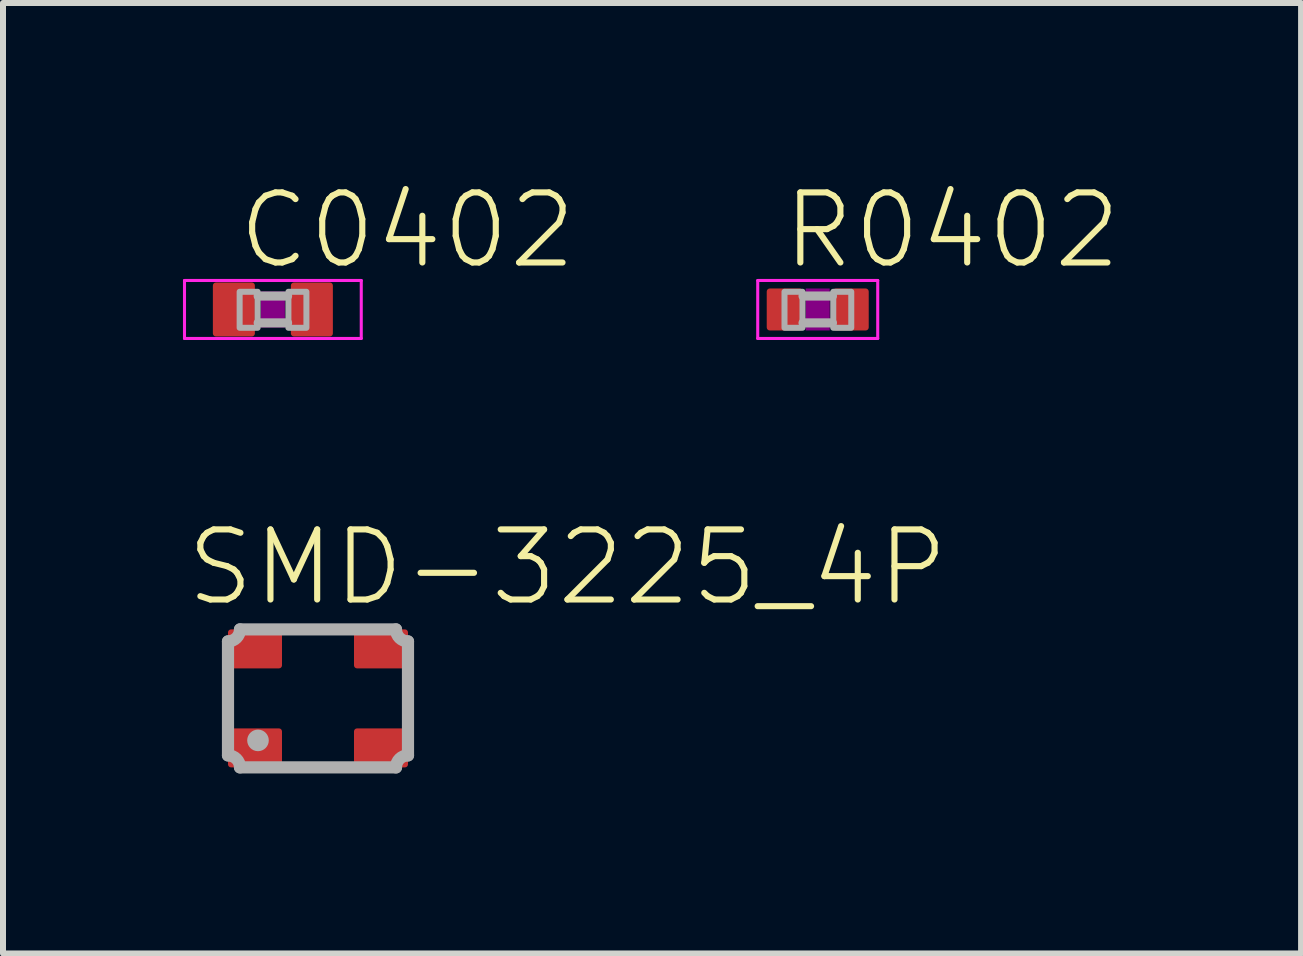
<source format=kicad_pcb>
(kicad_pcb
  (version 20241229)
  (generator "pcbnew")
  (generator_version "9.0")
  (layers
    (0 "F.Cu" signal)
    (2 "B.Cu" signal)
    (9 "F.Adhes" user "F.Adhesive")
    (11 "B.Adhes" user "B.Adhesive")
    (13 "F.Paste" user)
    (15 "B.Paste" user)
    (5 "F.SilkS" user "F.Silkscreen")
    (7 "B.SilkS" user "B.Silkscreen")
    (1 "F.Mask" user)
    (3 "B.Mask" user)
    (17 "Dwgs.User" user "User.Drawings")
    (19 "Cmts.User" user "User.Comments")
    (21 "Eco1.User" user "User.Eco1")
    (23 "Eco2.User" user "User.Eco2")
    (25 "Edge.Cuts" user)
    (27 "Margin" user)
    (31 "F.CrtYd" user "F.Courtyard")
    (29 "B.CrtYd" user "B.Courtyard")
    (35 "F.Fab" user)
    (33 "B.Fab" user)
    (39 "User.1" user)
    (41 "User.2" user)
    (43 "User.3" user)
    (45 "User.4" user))
  (footprint "SMD-3225_4P"
    (layer "F.Cu")
    (at 2.25 8.59)
    (property "Reference" "SMD-3225_4P" (at -2.25 -1.5 0) (layer "F.SilkS") (effects (font (size 1.168 1.168) (thickness 0.102)) (justify left bottom)))
    (fp_line (start -1.5 0.95) (end -1.5 -0.95) (stroke (width 0.203) (type solid)) (layer "F.Fab"))
    (fp_line (start -1.3 -1.15) (end 1.3 -1.15) (stroke (width 0.203) (type solid)) (layer "F.Fab"))
    (fp_line (start 1.3 1.15) (end -1.3 1.15) (stroke (width 0.203) (type solid)) (layer "F.Fab"))
    (fp_line (start 1.5 -0.95) (end 1.5 0.95) (stroke (width 0.203) (type solid)) (layer "F.Fab"))
    (fp_arc (start -1.5 0.95) (mid -1.358579 1.008579) (end -1.3 1.15) (stroke (width 0.2032) (type solid)) (layer "F.Fab"))
    (fp_arc (start -1.3 -1.15) (mid -1.358579 -1.008579) (end -1.5 -0.95) (stroke (width 0.2032) (type solid)) (layer "F.Fab"))
    (fp_arc (start 1.3 1.15) (mid 1.358579 1.008579) (end 1.5 0.95) (stroke (width 0.2032) (type solid)) (layer "F.Fab"))
    (fp_arc (start 1.5 -0.95) (mid 1.358579 -1.008579) (end 1.3 -1.15) (stroke (width 0.2032) (type solid)) (layer "F.Fab"))
    (fp_circle (center -1 0.7) (end -0.91 0.7) (stroke (width 0.18) (type solid)) (fill no) (layer "F.Fab"))
    (pad "1" smd roundrect (at -1.05 0.825) (size 0.9 0.65) (layers "F.Cu" "F.Mask" "F.Paste") (roundrect_rratio 0.078))
    (pad "2" smd roundrect (at 1.05 0.825) (size 0.9 0.65) (layers "F.Cu" "F.Mask" "F.Paste") (roundrect_rratio 0.078))
    (pad "3" smd roundrect (at 1.05 -0.825 180) (size 0.9 0.65) (layers "F.Cu" "F.Mask" "F.Paste") (roundrect_rratio 0.078))
    (pad "4" smd roundrect (at -1.05 -0.825 180) (size 0.9 0.65) (layers "F.Cu" "F.Mask" "F.Paste") (roundrect_rratio 0.078)))
  (footprint "R0402"
    (layer "F.Cu")
    (at 10.579 2.108)
    (property "Reference" "R0402" (at -0.635 -0.635 0) (layer "F.SilkS") (effects (font (size 1.168 1.168) (thickness 0.102)) (justify left bottom)))
    (fp_poly (pts (xy -0.2 0.35) (xy 0.2 0.35) (xy 0.2 -0.35) (xy -0.2 -0.35)) (stroke (width 0) (type solid)) (fill yes) (layer "F.Adhes"))
    (fp_line (start -1 -0.483) (end 1 -0.483) (stroke (width 0.051) (type solid)) (layer "F.CrtYd"))
    (fp_line (start -1 0.483) (end -1 -0.483) (stroke (width 0.051) (type solid)) (layer "F.CrtYd"))
    (fp_line (start 1 -0.483) (end 1 0.483) (stroke (width 0.051) (type solid)) (layer "F.CrtYd"))
    (fp_line (start 1 0.483) (end -1 0.483) (stroke (width 0.051) (type solid)) (layer "F.CrtYd"))
    (fp_line (start -0.245 -0.224) (end 0.245 -0.224) (stroke (width 0.152) (type solid)) (layer "F.Fab"))
    (fp_line (start 0.245 0.224) (end -0.245 0.224) (stroke (width 0.152) (type solid)) (layer "F.Fab"))
    (fp_poly (pts (xy -0.554 0.305) (xy -0.254 0.305) (xy -0.254 -0.295) (xy -0.554 -0.295)) (stroke (width 0.1) (type solid)) (fill no) (layer "F.Fab"))
    (fp_poly (pts (xy 0.259 0.305) (xy 0.559 0.305) (xy 0.559 -0.295) (xy 0.259 -0.295)) (stroke (width 0.1) (type solid)) (fill no) (layer "F.Fab"))
    (pad "1" smd roundrect (at -0.55 0) (size 0.6 0.7) (layers "F.Cu" "F.Mask" "F.Paste") (roundrect_rratio 0.085))
    (pad "2" smd roundrect (at 0.55 0) (size 0.6 0.7) (layers "F.Cu" "F.Mask" "F.Paste") (roundrect_rratio 0.085)))
  (footprint "C0402"
    (layer "F.Cu")
    (at 1.498 2.108)
    (property "Reference" "C0402" (at -0.635 -0.635 0) (layer "F.SilkS") (effects (font (size 1.168 1.168) (thickness 0.102)) (justify left bottom)))
    (fp_poly (pts (xy -0.2 0.3) (xy 0.2 0.3) (xy 0.2 -0.3) (xy -0.2 -0.3)) (stroke (width 0) (type solid)) (fill yes) (layer "F.Adhes"))
    (fp_line (start -1.473 -0.483) (end 1.473 -0.483) (stroke (width 0.051) (type solid)) (layer "F.CrtYd"))
    (fp_line (start -1.473 0.483) (end -1.473 -0.483) (stroke (width 0.051) (type solid)) (layer "F.CrtYd"))
    (fp_line (start 1.473 -0.483) (end 1.473 0.483) (stroke (width 0.051) (type solid)) (layer "F.CrtYd"))
    (fp_line (start 1.473 0.483) (end -1.473 0.483) (stroke (width 0.051) (type solid)) (layer "F.CrtYd"))
    (fp_line (start -0.245 -0.224) (end 0.245 -0.224) (stroke (width 0.152) (type solid)) (layer "F.Fab"))
    (fp_line (start 0.245 0.224) (end -0.245 0.224) (stroke (width 0.152) (type solid)) (layer "F.Fab"))
    (fp_poly (pts (xy -0.554 0.305) (xy -0.254 0.305) (xy -0.254 -0.295) (xy -0.554 -0.295)) (stroke (width 0.1) (type solid)) (fill no) (layer "F.Fab"))
    (fp_poly (pts (xy 0.259 0.305) (xy 0.559 0.305) (xy 0.559 -0.295) (xy 0.259 -0.295)) (stroke (width 0.1) (type solid)) (fill no) (layer "F.Fab"))
    (pad "1" smd roundrect (at -0.65 0) (size 0.7 0.9) (layers "F.Cu" "F.Mask" "F.Paste") (roundrect_rratio 0.073))
    (pad "2" smd roundrect (at 0.65 0) (size 0.7 0.9) (layers "F.Cu" "F.Mask" "F.Paste") (roundrect_rratio 0.073)))
  (gr_rect
    (start -3 -3)
    (end 18.635 12.841)
    (stroke (width 0.1) (type default))
    (fill no)
    (layer "Edge.Cuts")))
</source>
